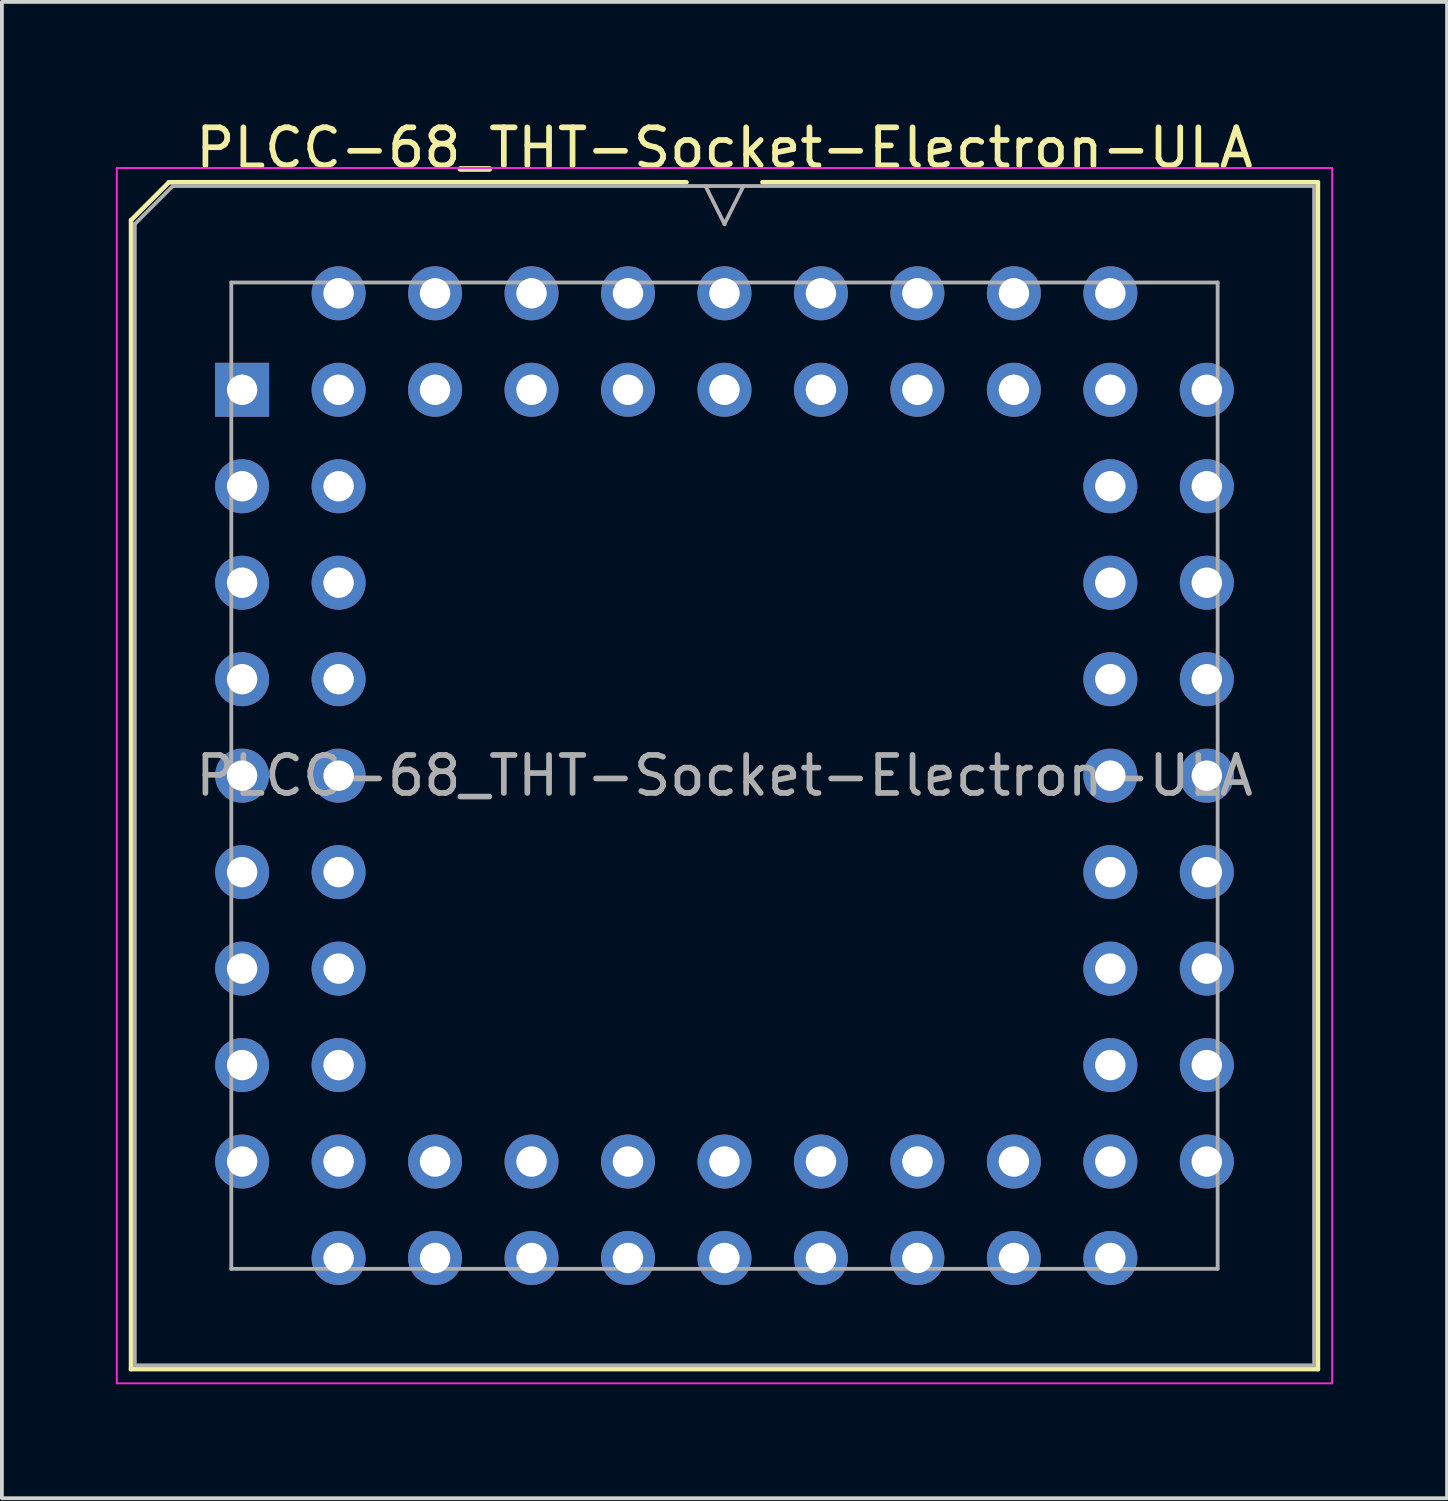
<source format=kicad_pcb>
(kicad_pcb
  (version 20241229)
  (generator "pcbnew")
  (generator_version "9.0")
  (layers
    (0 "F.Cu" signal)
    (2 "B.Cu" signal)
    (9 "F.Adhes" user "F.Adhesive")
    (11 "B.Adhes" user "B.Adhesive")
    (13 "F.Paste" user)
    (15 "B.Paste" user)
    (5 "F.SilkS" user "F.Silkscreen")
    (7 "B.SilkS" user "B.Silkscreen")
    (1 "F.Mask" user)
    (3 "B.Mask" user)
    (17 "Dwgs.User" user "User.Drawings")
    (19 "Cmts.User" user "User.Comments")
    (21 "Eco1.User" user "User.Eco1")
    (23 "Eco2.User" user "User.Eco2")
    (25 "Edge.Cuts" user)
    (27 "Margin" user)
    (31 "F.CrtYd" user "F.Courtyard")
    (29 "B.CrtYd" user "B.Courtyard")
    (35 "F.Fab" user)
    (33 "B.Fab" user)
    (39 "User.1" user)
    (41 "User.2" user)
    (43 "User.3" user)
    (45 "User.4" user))
  (footprint "PLCC-68_THT-Socket-Electron-ULA"
    (layer "F.Cu")
    (at 16.025 4.673)
    (property "Reference" "PLCC-68_THT-Socket-Electron-ULA" (at 0 -3.825 0) (layer "F.SilkS") (effects (font (size 1 1) (thickness 0.15))))
    (attr through_hole)
    (fp_line (start -15.625 -1.925) (end -15.625 28.325) (stroke (width 0.12) (type solid)) (layer "F.SilkS"))
    (fp_line (start -15.625 28.325) (end 15.625 28.325) (stroke (width 0.12) (type solid)) (layer "F.SilkS"))
    (fp_line (start -14.625 -2.925) (end -15.625 -1.925) (stroke (width 0.12) (type solid)) (layer "F.SilkS"))
    (fp_line (start -1 -2.925) (end -14.625 -2.925) (stroke (width 0.12) (type solid)) (layer "F.SilkS"))
    (fp_line (start 15.625 -2.925) (end 1 -2.925) (stroke (width 0.12) (type solid)) (layer "F.SilkS"))
    (fp_line (start 15.625 28.325) (end 15.625 -2.925) (stroke (width 0.12) (type solid)) (layer "F.SilkS"))
    (fp_line (start -16 -3.3) (end -16 28.7) (stroke (width 0.05) (type solid)) (layer "F.CrtYd"))
    (fp_line (start -16 28.7) (end 16 28.7) (stroke (width 0.05) (type solid)) (layer "F.CrtYd"))
    (fp_line (start 16 -3.3) (end -16 -3.3) (stroke (width 0.05) (type solid)) (layer "F.CrtYd"))
    (fp_line (start 16 28.7) (end 16 -3.3) (stroke (width 0.05) (type solid)) (layer "F.CrtYd"))
    (fp_line (start -15.525 -1.825) (end -15.525 28.225) (stroke (width 0.1) (type solid)) (layer "F.Fab"))
    (fp_line (start -15.525 28.225) (end 15.525 28.225) (stroke (width 0.1) (type solid)) (layer "F.Fab"))
    (fp_line (start -14.525 -2.825) (end -15.525 -1.825) (stroke (width 0.1) (type solid)) (layer "F.Fab"))
    (fp_line (start -12.985 -0.285) (end -12.985 25.685) (stroke (width 0.1) (type solid)) (layer "F.Fab"))
    (fp_line (start -12.985 25.685) (end 12.985 25.685) (stroke (width 0.1) (type solid)) (layer "F.Fab"))
    (fp_line (start -0.5 -2.825) (end 0 -1.825) (stroke (width 0.1) (type solid)) (layer "F.Fab"))
    (fp_line (start 0 -1.825) (end 0.5 -2.825) (stroke (width 0.1) (type solid)) (layer "F.Fab"))
    (fp_line (start 12.985 -0.285) (end -12.985 -0.285) (stroke (width 0.1) (type solid)) (layer "F.Fab"))
    (fp_line (start 12.985 25.685) (end 12.985 -0.285) (stroke (width 0.1) (type solid)) (layer "F.Fab"))
    (fp_line (start 15.525 -2.825) (end -14.525 -2.825) (stroke (width 0.1) (type solid)) (layer "F.Fab"))
    (fp_line (start 15.525 28.225) (end 15.525 -2.825) (stroke (width 0.1) (type solid)) (layer "F.Fab"))
    (fp_text user "${REFERENCE}" (at 0 12.7 0) (layer "F.Fab") (effects (font (size 1 1) (thickness 0.15))))
    (pad "1" thru_hole rect (at -12.7 2.54) (size 1.422 1.422) (drill 0.8) (layers "*.Cu" "*.Mask"))
    (pad "2" thru_hole circle (at -10.16 2.54) (size 1.422 1.422) (drill 0.8) (layers "*.Cu" "*.Mask"))
    (pad "3" thru_hole circle (at -12.7 5.08) (size 1.422 1.422) (drill 0.8) (layers "*.Cu" "*.Mask"))
    (pad "4" thru_hole circle (at -10.16 5.08) (size 1.422 1.422) (drill 0.8) (layers "*.Cu" "*.Mask"))
    (pad "5" thru_hole circle (at -12.7 7.62) (size 1.422 1.422) (drill 0.8) (layers "*.Cu" "*.Mask"))
    (pad "6" thru_hole circle (at -10.16 7.62) (size 1.422 1.422) (drill 0.8) (layers "*.Cu" "*.Mask"))
    (pad "7" thru_hole circle (at -12.7 10.16) (size 1.422 1.422) (drill 0.8) (layers "*.Cu" "*.Mask"))
    (pad "8" thru_hole circle (at -10.16 10.16) (size 1.422 1.422) (drill 0.8) (layers "*.Cu" "*.Mask"))
    (pad "9" thru_hole circle (at -12.7 12.7) (size 1.422 1.422) (drill 0.8) (layers "*.Cu" "*.Mask"))
    (pad "10" thru_hole circle (at -10.16 12.7) (size 1.422 1.422) (drill 0.8) (layers "*.Cu" "*.Mask"))
    (pad "11" thru_hole circle (at -12.7 15.24) (size 1.422 1.422) (drill 0.8) (layers "*.Cu" "*.Mask"))
    (pad "12" thru_hole circle (at -10.16 15.24) (size 1.422 1.422) (drill 0.8) (layers "*.Cu" "*.Mask"))
    (pad "13" thru_hole circle (at -12.7 17.78) (size 1.422 1.422) (drill 0.8) (layers "*.Cu" "*.Mask"))
    (pad "14" thru_hole circle (at -10.16 17.78) (size 1.422 1.422) (drill 0.8) (layers "*.Cu" "*.Mask"))
    (pad "15" thru_hole circle (at -12.7 20.32) (size 1.422 1.422) (drill 0.8) (layers "*.Cu" "*.Mask"))
    (pad "16" thru_hole circle (at -10.16 20.32) (size 1.422 1.422) (drill 0.8) (layers "*.Cu" "*.Mask"))
    (pad "17" thru_hole circle (at -12.7 22.86) (size 1.422 1.422) (drill 0.8) (layers "*.Cu" "*.Mask"))
    (pad "18" thru_hole circle (at -10.16 25.4) (size 1.422 1.422) (drill 0.8) (layers "*.Cu" "*.Mask"))
    (pad "19" thru_hole circle (at -10.16 22.86) (size 1.422 1.422) (drill 0.8) (layers "*.Cu" "*.Mask"))
    (pad "20" thru_hole circle (at -7.62 25.4) (size 1.422 1.422) (drill 0.8) (layers "*.Cu" "*.Mask"))
    (pad "21" thru_hole circle (at -7.62 22.86) (size 1.422 1.422) (drill 0.8) (layers "*.Cu" "*.Mask"))
    (pad "22" thru_hole circle (at -5.08 25.4) (size 1.422 1.422) (drill 0.8) (layers "*.Cu" "*.Mask"))
    (pad "23" thru_hole circle (at -5.08 22.86) (size 1.422 1.422) (drill 0.8) (layers "*.Cu" "*.Mask"))
    (pad "24" thru_hole circle (at -2.54 25.4) (size 1.422 1.422) (drill 0.8) (layers "*.Cu" "*.Mask"))
    (pad "25" thru_hole circle (at -2.54 22.86) (size 1.422 1.422) (drill 0.8) (layers "*.Cu" "*.Mask"))
    (pad "26" thru_hole circle (at 0 25.4) (size 1.422 1.422) (drill 0.8) (layers "*.Cu" "*.Mask"))
    (pad "27" thru_hole circle (at 0 22.86) (size 1.422 1.422) (drill 0.8) (layers "*.Cu" "*.Mask"))
    (pad "28" thru_hole circle (at 2.54 25.4) (size 1.422 1.422) (drill 0.8) (layers "*.Cu" "*.Mask"))
    (pad "29" thru_hole circle (at 2.54 22.86) (size 1.422 1.422) (drill 0.8) (layers "*.Cu" "*.Mask"))
    (pad "30" thru_hole circle (at 5.08 25.4) (size 1.422 1.422) (drill 0.8) (layers "*.Cu" "*.Mask"))
    (pad "31" thru_hole circle (at 5.08 22.86) (size 1.422 1.422) (drill 0.8) (layers "*.Cu" "*.Mask"))
    (pad "32" thru_hole circle (at 7.62 25.4) (size 1.422 1.422) (drill 0.8) (layers "*.Cu" "*.Mask"))
    (pad "33" thru_hole circle (at 7.62 22.86) (size 1.422 1.422) (drill 0.8) (layers "*.Cu" "*.Mask"))
    (pad "34" thru_hole circle (at 10.16 25.4) (size 1.422 1.422) (drill 0.8) (layers "*.Cu" "*.Mask"))
    (pad "35" thru_hole circle (at 12.7 22.86) (size 1.422 1.422) (drill 0.8) (layers "*.Cu" "*.Mask"))
    (pad "36" thru_hole circle (at 10.16 22.86) (size 1.422 1.422) (drill 0.8) (layers "*.Cu" "*.Mask"))
    (pad "37" thru_hole circle (at 12.7 20.32) (size 1.422 1.422) (drill 0.8) (layers "*.Cu" "*.Mask"))
    (pad "38" thru_hole circle (at 10.16 20.32) (size 1.422 1.422) (drill 0.8) (layers "*.Cu" "*.Mask"))
    (pad "39" thru_hole circle (at 12.7 17.78) (size 1.422 1.422) (drill 0.8) (layers "*.Cu" "*.Mask"))
    (pad "40" thru_hole circle (at 10.16 17.78) (size 1.422 1.422) (drill 0.8) (layers "*.Cu" "*.Mask"))
    (pad "41" thru_hole circle (at 12.7 15.24) (size 1.422 1.422) (drill 0.8) (layers "*.Cu" "*.Mask"))
    (pad "42" thru_hole circle (at 10.16 15.24) (size 1.422 1.422) (drill 0.8) (layers "*.Cu" "*.Mask"))
    (pad "43" thru_hole circle (at 12.7 12.7) (size 1.422 1.422) (drill 0.8) (layers "*.Cu" "*.Mask"))
    (pad "44" thru_hole circle (at 10.16 12.7) (size 1.422 1.422) (drill 0.8) (layers "*.Cu" "*.Mask"))
    (pad "45" thru_hole circle (at 12.7 10.16) (size 1.422 1.422) (drill 0.8) (layers "*.Cu" "*.Mask"))
    (pad "46" thru_hole circle (at 10.16 10.16) (size 1.422 1.422) (drill 0.8) (layers "*.Cu" "*.Mask"))
    (pad "47" thru_hole circle (at 12.7 7.62) (size 1.422 1.422) (drill 0.8) (layers "*.Cu" "*.Mask"))
    (pad "48" thru_hole circle (at 10.16 7.62) (size 1.422 1.422) (drill 0.8) (layers "*.Cu" "*.Mask"))
    (pad "49" thru_hole circle (at 12.7 5.08) (size 1.422 1.422) (drill 0.8) (layers "*.Cu" "*.Mask"))
    (pad "50" thru_hole circle (at 10.16 5.08) (size 1.422 1.422) (drill 0.8) (layers "*.Cu" "*.Mask"))
    (pad "51" thru_hole circle (at 12.7 2.54) (size 1.422 1.422) (drill 0.8) (layers "*.Cu" "*.Mask"))
    (pad "52" thru_hole circle (at 10.16 0) (size 1.422 1.422) (drill 0.8) (layers "*.Cu" "*.Mask"))
    (pad "53" thru_hole circle (at 10.16 2.54) (size 1.422 1.422) (drill 0.8) (layers "*.Cu" "*.Mask"))
    (pad "54" thru_hole circle (at 7.62 0) (size 1.422 1.422) (drill 0.8) (layers "*.Cu" "*.Mask"))
    (pad "55" thru_hole circle (at 7.62 2.54) (size 1.422 1.422) (drill 0.8) (layers "*.Cu" "*.Mask"))
    (pad "56" thru_hole circle (at 5.08 0) (size 1.422 1.422) (drill 0.8) (layers "*.Cu" "*.Mask"))
    (pad "57" thru_hole circle (at 5.08 2.54) (size 1.422 1.422) (drill 0.8) (layers "*.Cu" "*.Mask"))
    (pad "58" thru_hole circle (at 2.54 0) (size 1.422 1.422) (drill 0.8) (layers "*.Cu" "*.Mask"))
    (pad "59" thru_hole circle (at 2.54 2.54) (size 1.422 1.422) (drill 0.8) (layers "*.Cu" "*.Mask"))
    (pad "60" thru_hole circle (at 0 0) (size 1.422 1.422) (drill 0.8) (layers "*.Cu" "*.Mask"))
    (pad "61" thru_hole circle (at 0 2.54) (size 1.422 1.422) (drill 0.8) (layers "*.Cu" "*.Mask"))
    (pad "62" thru_hole circle (at -2.54 0) (size 1.422 1.422) (drill 0.8) (layers "*.Cu" "*.Mask"))
    (pad "63" thru_hole circle (at -2.54 2.54) (size 1.422 1.422) (drill 0.8) (layers "*.Cu" "*.Mask"))
    (pad "64" thru_hole circle (at -5.08 0) (size 1.422 1.422) (drill 0.8) (layers "*.Cu" "*.Mask"))
    (pad "65" thru_hole circle (at -5.08 2.54) (size 1.422 1.422) (drill 0.8) (layers "*.Cu" "*.Mask"))
    (pad "66" thru_hole circle (at -7.62 0) (size 1.422 1.422) (drill 0.8) (layers "*.Cu" "*.Mask"))
    (pad "67" thru_hole circle (at -7.62 2.54) (size 1.422 1.422) (drill 0.8) (layers "*.Cu" "*.Mask"))
    (pad "68" thru_hole circle (at -10.16 0) (size 1.422 1.422) (drill 0.8) (layers "*.Cu" "*.Mask")))
  (gr_rect
    (start -3 -3)
    (end 35.05 36.398)
    (stroke (width 0.1) (type default))
    (fill no)
    (layer "Edge.Cuts")))
</source>
